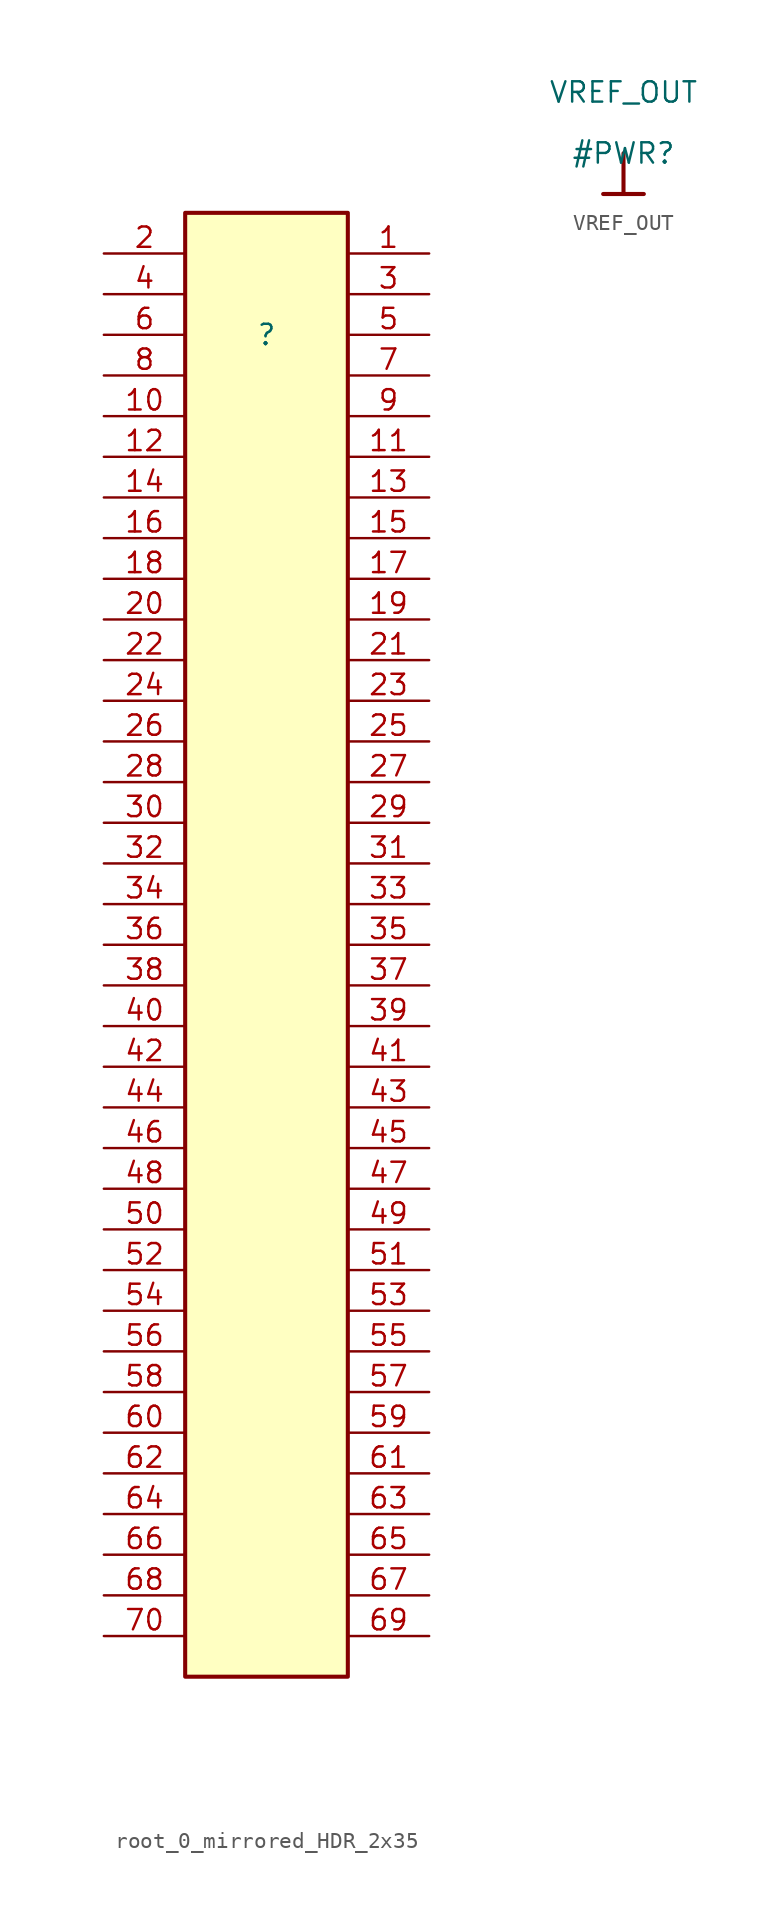
<source format=kicad_sym>
(kicad_symbol_lib
  (version 20220914)
  (generator kicad_symbol_editor)
  (symbol "root_0_mirrored_HDR_2x35"
    (property "Reference" ""
      (at 0 0 0)
      (effects (font (size 1.27 1.27))))
    (property "Value" ""
      (at 0 0 0)
      (effects (font (size 1.27 1.27))))
    (symbol "root_0_mirrored_HDR_2x35_1_0"
      (rectangle (start 5.08 7.62) (end -5.08 -83.82) (stroke (width 0.254) (type solid)) (fill (type background)))
      (pin passive line (at 10.16 5.08 180) (length 5.08) (name "1" (effects (font (size 0 0)))) (number "1" (effects (font (size 1.27 1.27)))))
      (pin passive line (at -10.16 -5.08 0) (length 5.08) (name "10" (effects (font (size 0 0)))) (number "10" (effects (font (size 1.27 1.27)))))
      (pin passive line (at 10.16 -7.62 180) (length 5.08) (name "11" (effects (font (size 0 0)))) (number "11" (effects (font (size 1.27 1.27)))))
      (pin passive line (at -10.16 -7.62 0) (length 5.08) (name "12" (effects (font (size 0 0)))) (number "12" (effects (font (size 1.27 1.27)))))
      (pin passive line (at 10.16 -10.16 180) (length 5.08) (name "13" (effects (font (size 0 0)))) (number "13" (effects (font (size 1.27 1.27)))))
      (pin passive line (at -10.16 -10.16 0) (length 5.08) (name "14" (effects (font (size 0 0)))) (number "14" (effects (font (size 1.27 1.27)))))
      (pin passive line (at 10.16 -12.7 180) (length 5.08) (name "15" (effects (font (size 0 0)))) (number "15" (effects (font (size 1.27 1.27)))))
      (pin passive line (at -10.16 -12.7 0) (length 5.08) (name "16" (effects (font (size 0 0)))) (number "16" (effects (font (size 1.27 1.27)))))
      (pin passive line (at 10.16 -15.24 180) (length 5.08) (name "17" (effects (font (size 0 0)))) (number "17" (effects (font (size 1.27 1.27)))))
      (pin passive line (at -10.16 -15.24 0) (length 5.08) (name "18" (effects (font (size 0 0)))) (number "18" (effects (font (size 1.27 1.27)))))
      (pin passive line (at 10.16 -17.78 180) (length 5.08) (name "19" (effects (font (size 0 0)))) (number "19" (effects (font (size 1.27 1.27)))))
      (pin passive line (at -10.16 5.08 0) (length 5.08) (name "2" (effects (font (size 0 0)))) (number "2" (effects (font (size 1.27 1.27)))))
      (pin passive line (at -10.16 -17.78 0) (length 5.08) (name "20" (effects (font (size 0 0)))) (number "20" (effects (font (size 1.27 1.27)))))
      (pin passive line (at 10.16 -20.32 180) (length 5.08) (name "21" (effects (font (size 0 0)))) (number "21" (effects (font (size 1.27 1.27)))))
      (pin passive line (at -10.16 -20.32 0) (length 5.08) (name "22" (effects (font (size 0 0)))) (number "22" (effects (font (size 1.27 1.27)))))
      (pin passive line (at 10.16 -22.86 180) (length 5.08) (name "23" (effects (font (size 0 0)))) (number "23" (effects (font (size 1.27 1.27)))))
      (pin passive line (at -10.16 -22.86 0) (length 5.08) (name "24" (effects (font (size 0 0)))) (number "24" (effects (font (size 1.27 1.27)))))
      (pin passive line (at 10.16 -25.4 180) (length 5.08) (name "25" (effects (font (size 0 0)))) (number "25" (effects (font (size 1.27 1.27)))))
      (pin passive line (at -10.16 -25.4 0) (length 5.08) (name "26" (effects (font (size 0 0)))) (number "26" (effects (font (size 1.27 1.27)))))
      (pin passive line (at 10.16 -27.94 180) (length 5.08) (name "27" (effects (font (size 0 0)))) (number "27" (effects (font (size 1.27 1.27)))))
      (pin passive line (at -10.16 -27.94 0) (length 5.08) (name "28" (effects (font (size 0 0)))) (number "28" (effects (font (size 1.27 1.27)))))
      (pin passive line (at 10.16 -30.48 180) (length 5.08) (name "29" (effects (font (size 0 0)))) (number "29" (effects (font (size 1.27 1.27)))))
      (pin passive line (at 10.16 2.54 180) (length 5.08) (name "3" (effects (font (size 0 0)))) (number "3" (effects (font (size 1.27 1.27)))))
      (pin passive line (at -10.16 -30.48 0) (length 5.08) (name "30" (effects (font (size 0 0)))) (number "30" (effects (font (size 1.27 1.27)))))
      (pin passive line (at 10.16 -33.02 180) (length 5.08) (name "31" (effects (font (size 0 0)))) (number "31" (effects (font (size 1.27 1.27)))))
      (pin passive line (at -10.16 -33.02 0) (length 5.08) (name "32" (effects (font (size 0 0)))) (number "32" (effects (font (size 1.27 1.27)))))
      (pin passive line (at 10.16 -35.56 180) (length 5.08) (name "33" (effects (font (size 0 0)))) (number "33" (effects (font (size 1.27 1.27)))))
      (pin passive line (at -10.16 -35.56 0) (length 5.08) (name "34" (effects (font (size 0 0)))) (number "34" (effects (font (size 1.27 1.27)))))
      (pin passive line (at 10.16 -38.1 180) (length 5.08) (name "35" (effects (font (size 0 0)))) (number "35" (effects (font (size 1.27 1.27)))))
      (pin passive line (at -10.16 -38.1 0) (length 5.08) (name "36" (effects (font (size 0 0)))) (number "36" (effects (font (size 1.27 1.27)))))
      (pin passive line (at 10.16 -40.64 180) (length 5.08) (name "37" (effects (font (size 0 0)))) (number "37" (effects (font (size 1.27 1.27)))))
      (pin passive line (at -10.16 -40.64 0) (length 5.08) (name "38" (effects (font (size 0 0)))) (number "38" (effects (font (size 1.27 1.27)))))
      (pin passive line (at 10.16 -43.18 180) (length 5.08) (name "39" (effects (font (size 0 0)))) (number "39" (effects (font (size 1.27 1.27)))))
      (pin passive line (at -10.16 2.54 0) (length 5.08) (name "4" (effects (font (size 0 0)))) (number "4" (effects (font (size 1.27 1.27)))))
      (pin passive line (at -10.16 -43.18 0) (length 5.08) (name "40" (effects (font (size 0 0)))) (number "40" (effects (font (size 1.27 1.27)))))
      (pin passive line (at 10.16 -45.72 180) (length 5.08) (name "41" (effects (font (size 0 0)))) (number "41" (effects (font (size 1.27 1.27)))))
      (pin passive line (at -10.16 -45.72 0) (length 5.08) (name "42" (effects (font (size 0 0)))) (number "42" (effects (font (size 1.27 1.27)))))
      (pin passive line (at 10.16 -48.26 180) (length 5.08) (name "43" (effects (font (size 0 0)))) (number "43" (effects (font (size 1.27 1.27)))))
      (pin passive line (at -10.16 -48.26 0) (length 5.08) (name "44" (effects (font (size 0 0)))) (number "44" (effects (font (size 1.27 1.27)))))
      (pin passive line (at 10.16 -50.8 180) (length 5.08) (name "45" (effects (font (size 0 0)))) (number "45" (effects (font (size 1.27 1.27)))))
      (pin passive line (at -10.16 -50.8 0) (length 5.08) (name "46" (effects (font (size 0 0)))) (number "46" (effects (font (size 1.27 1.27)))))
      (pin passive line (at 10.16 -53.34 180) (length 5.08) (name "47" (effects (font (size 0 0)))) (number "47" (effects (font (size 1.27 1.27)))))
      (pin passive line (at -10.16 -53.34 0) (length 5.08) (name "48" (effects (font (size 0 0)))) (number "48" (effects (font (size 1.27 1.27)))))
      (pin passive line (at 10.16 -55.88 180) (length 5.08) (name "49" (effects (font (size 0 0)))) (number "49" (effects (font (size 1.27 1.27)))))
      (pin passive line (at 10.16 0 180) (length 5.08) (name "5" (effects (font (size 0 0)))) (number "5" (effects (font (size 1.27 1.27)))))
      (pin passive line (at -10.16 -55.88 0) (length 5.08) (name "50" (effects (font (size 0 0)))) (number "50" (effects (font (size 1.27 1.27)))))
      (pin passive line (at 10.16 -58.42 180) (length 5.08) (name "51" (effects (font (size 0 0)))) (number "51" (effects (font (size 1.27 1.27)))))
      (pin passive line (at -10.16 -58.42 0) (length 5.08) (name "52" (effects (font (size 0 0)))) (number "52" (effects (font (size 1.27 1.27)))))
      (pin passive line (at 10.16 -60.96 180) (length 5.08) (name "53" (effects (font (size 0 0)))) (number "53" (effects (font (size 1.27 1.27)))))
      (pin passive line (at -10.16 -60.96 0) (length 5.08) (name "54" (effects (font (size 0 0)))) (number "54" (effects (font (size 1.27 1.27)))))
      (pin passive line (at 10.16 -63.5 180) (length 5.08) (name "55" (effects (font (size 0 0)))) (number "55" (effects (font (size 1.27 1.27)))))
      (pin passive line (at -10.16 -63.5 0) (length 5.08) (name "56" (effects (font (size 0 0)))) (number "56" (effects (font (size 1.27 1.27)))))
      (pin passive line (at 10.16 -66.04 180) (length 5.08) (name "57" (effects (font (size 0 0)))) (number "57" (effects (font (size 1.27 1.27)))))
      (pin passive line (at -10.16 -66.04 0) (length 5.08) (name "58" (effects (font (size 0 0)))) (number "58" (effects (font (size 1.27 1.27)))))
      (pin passive line (at 10.16 -68.58 180) (length 5.08) (name "59" (effects (font (size 0 0)))) (number "59" (effects (font (size 1.27 1.27)))))
      (pin passive line (at -10.16 0 0) (length 5.08) (name "6" (effects (font (size 0 0)))) (number "6" (effects (font (size 1.27 1.27)))))
      (pin passive line (at -10.16 -68.58 0) (length 5.08) (name "60" (effects (font (size 0 0)))) (number "60" (effects (font (size 1.27 1.27)))))
      (pin passive line (at 10.16 -71.12 180) (length 5.08) (name "61" (effects (font (size 0 0)))) (number "61" (effects (font (size 1.27 1.27)))))
      (pin passive line (at -10.16 -71.12 0) (length 5.08) (name "62" (effects (font (size 0 0)))) (number "62" (effects (font (size 1.27 1.27)))))
      (pin passive line (at 10.16 -73.66 180) (length 5.08) (name "63" (effects (font (size 0 0)))) (number "63" (effects (font (size 1.27 1.27)))))
      (pin passive line (at -10.16 -73.66 0) (length 5.08) (name "64" (effects (font (size 0 0)))) (number "64" (effects (font (size 1.27 1.27)))))
      (pin passive line (at 10.16 -76.2 180) (length 5.08) (name "65" (effects (font (size 0 0)))) (number "65" (effects (font (size 1.27 1.27)))))
      (pin passive line (at -10.16 -76.2 0) (length 5.08) (name "66" (effects (font (size 0 0)))) (number "66" (effects (font (size 1.27 1.27)))))
      (pin passive line (at 10.16 -78.74 180) (length 5.08) (name "67" (effects (font (size 0 0)))) (number "67" (effects (font (size 1.27 1.27)))))
      (pin passive line (at -10.16 -78.74 0) (length 5.08) (name "68" (effects (font (size 0 0)))) (number "68" (effects (font (size 1.27 1.27)))))
      (pin passive line (at 10.16 -81.28 180) (length 5.08) (name "69" (effects (font (size 0 0)))) (number "69" (effects (font (size 1.27 1.27)))))
      (pin passive line (at 10.16 -2.54 180) (length 5.08) (name "7" (effects (font (size 0 0)))) (number "7" (effects (font (size 1.27 1.27)))))
      (pin passive line (at -10.16 -81.28 0) (length 5.08) (name "70" (effects (font (size 0 0)))) (number "70" (effects (font (size 1.27 1.27)))))
      (pin passive line (at -10.16 -2.54 0) (length 5.08) (name "8" (effects (font (size 0 0)))) (number "8" (effects (font (size 1.27 1.27)))))
      (pin passive line (at 10.16 -5.08 180) (length 5.08) (name "9" (effects (font (size 0 0)))) (number "9" (effects (font (size 1.27 1.27)))))))
  (symbol "VREF_OUT"
    (power)
    (property "Reference" "#PWR"
      (at 0 0 0)
      (effects (font (size 1.27 1.27))))
    (property "Value" "VREF_OUT"
      (at 0 3.81 0)
      (effects (font (size 1.27 1.27))))
    (symbol "VREF_OUT_0_0"
      (polyline (pts (xy -1.27 -2.54) (xy 1.27 -2.54)) (stroke (width 0.254) (type solid)) (fill (type none)))
      (polyline (pts (xy 0 0) (xy 0 -2.54)) (stroke (width 0.254) (type solid)) (fill (type none)))
      (pin power_in line (at 0 0 0) (length 0) hide (name "VREF_OUT" (effects (font (size 1.27 1.27)))) (number "" (effects (font (size 1.27 1.27))))))))
</source>
